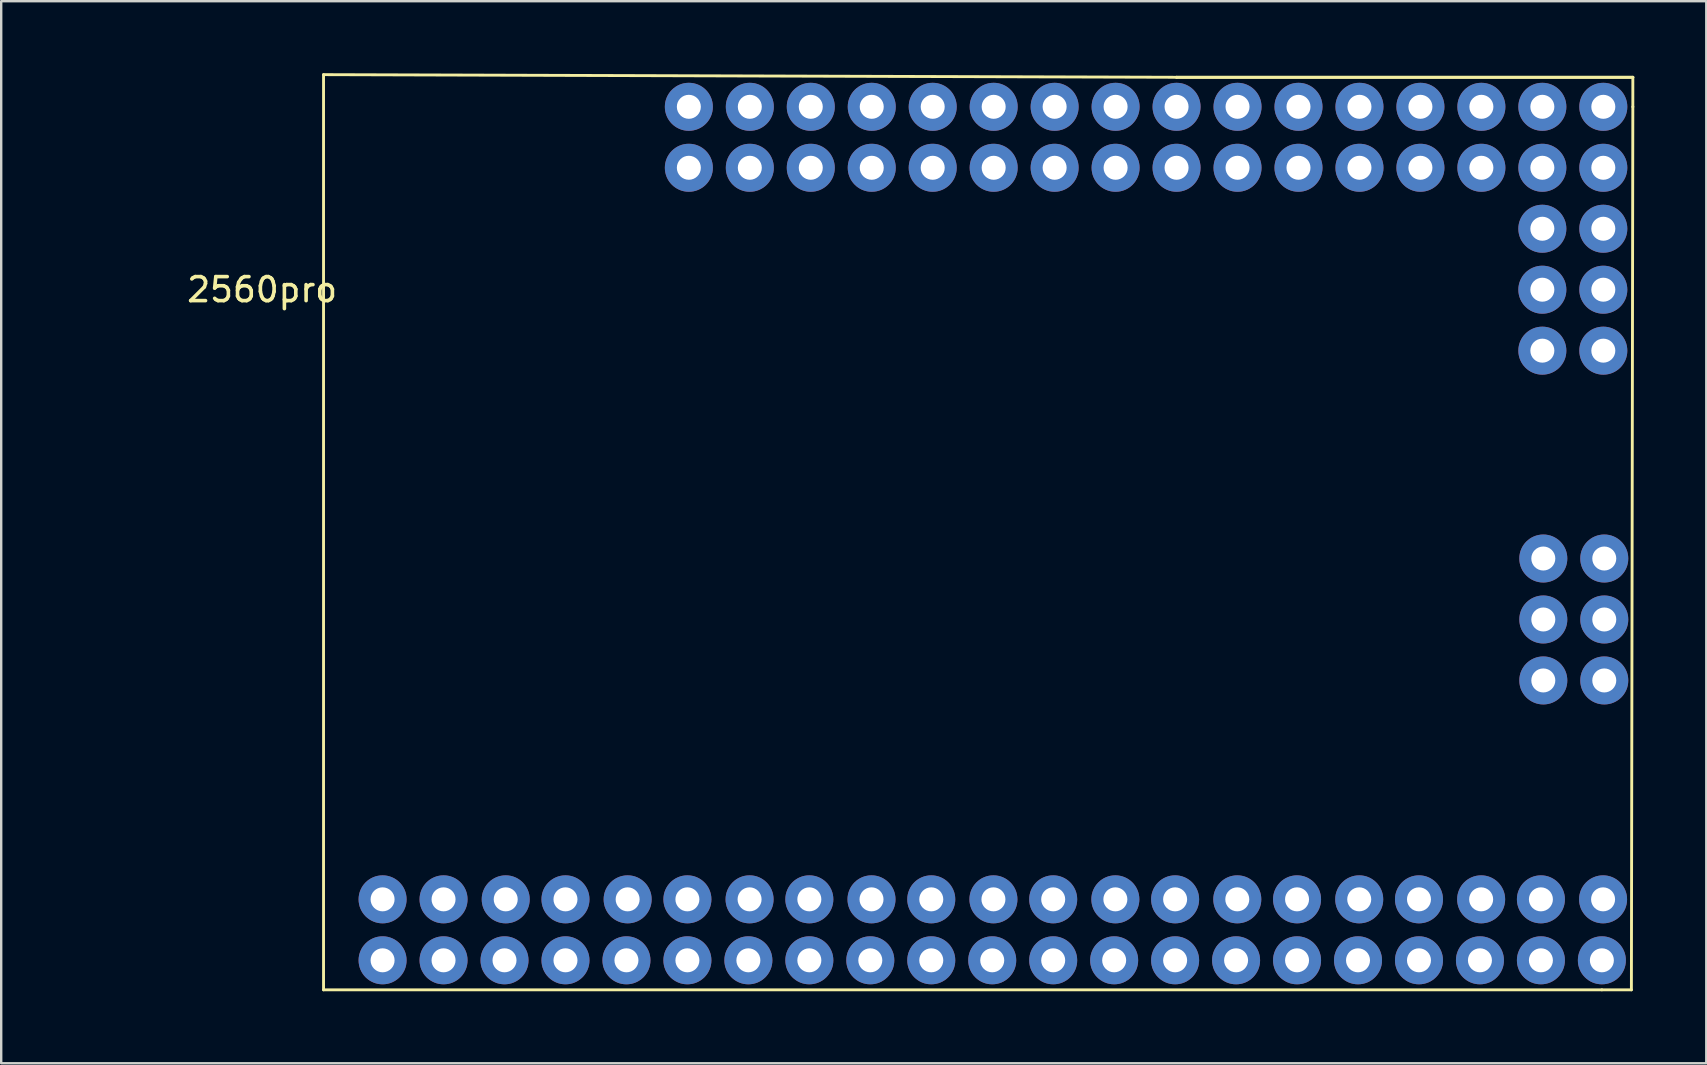
<source format=kicad_pcb>
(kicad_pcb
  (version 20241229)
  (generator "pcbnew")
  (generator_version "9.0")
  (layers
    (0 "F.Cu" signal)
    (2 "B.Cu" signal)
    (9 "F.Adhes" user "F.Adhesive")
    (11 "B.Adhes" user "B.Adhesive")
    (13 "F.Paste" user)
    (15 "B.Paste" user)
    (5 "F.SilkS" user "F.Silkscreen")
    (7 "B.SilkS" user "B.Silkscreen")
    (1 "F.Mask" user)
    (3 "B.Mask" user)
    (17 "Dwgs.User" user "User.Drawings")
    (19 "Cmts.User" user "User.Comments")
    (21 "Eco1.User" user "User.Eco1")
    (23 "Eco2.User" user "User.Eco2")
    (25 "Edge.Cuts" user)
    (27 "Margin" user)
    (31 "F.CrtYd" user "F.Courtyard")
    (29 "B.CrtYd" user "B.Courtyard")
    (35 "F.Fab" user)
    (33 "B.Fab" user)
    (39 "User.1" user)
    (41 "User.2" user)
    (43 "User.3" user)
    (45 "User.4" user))
  (footprint "2560pro"
    (layer "F.Cu")
    (at 0.25 34.42)
    (property "Reference" "2560pro" (at 7.62 -25.4 0) (unlocked yes) (layer "F.SilkS") (effects (font (size 1 1) (thickness 0.15))))
    (attr through_hole)
    (fp_line (start 10.18 3.77) (end 10.18 -34.36) (stroke (width 0.12) (type solid)) (layer "F.SilkS"))
    (fp_line (start 45.72 -34.25) (end 10.18 -34.36) (stroke (width 0.12) (type solid)) (layer "F.SilkS"))
    (fp_line (start 45.72 -34.25) (end 64.73 -34.25) (stroke (width 0.12) (type solid)) (layer "F.SilkS"))
    (fp_line (start 63.44 3.77) (end 10.18 3.77) (stroke (width 0.12) (type solid)) (layer "F.SilkS"))
    (fp_line (start 63.44 3.77) (end 64.67 3.77) (stroke (width 0.12) (type solid)) (layer "F.SilkS"))
    (fp_line (start 64.73 -34.25) (end 45.72 -34.25) (stroke (width 0.12) (type solid)) (layer "F.SilkS"))
    (fp_line (start 64.73 -33.02) (end 64.67 3.77) (stroke (width 0.12) (type solid)) (layer "F.SilkS"))
    (fp_line (start 64.73 -33.02) (end 64.73 -34.25) (stroke (width 0.12) (type solid)) (layer "F.SilkS"))
    (pad "3.3V" thru_hole circle (at 20.26 0) (size 2 2) (drill 1) (layers "*.Cu" "*.Mask"))
    (pad "3.3V" thru_hole circle (at 20.26 2.54) (size 2 2) (drill 1) (layers "*.Cu" "*.Mask"))
    (pad "5V" thru_hole circle (at 17.72 2.54) (size 2 2) (drill 1) (layers "*.Cu" "*.Mask"))
    (pad "5V" thru_hole circle (at 17.77 0) (size 2 2) (drill 1) (layers "*.Cu" "*.Mask"))
    (pad "5V" thru_hole circle (at 63.54 -14.2) (size 2 2) (drill 1) (layers "*.Cu" "*.Mask"))
    (pad "A0" thru_hole circle (at 25.4 -33.02) (size 2 2) (drill 1) (layers "*.Cu" "*.Mask"))
    (pad "A1" thru_hole circle (at 25.4 -30.48) (size 2 2) (drill 1) (layers "*.Cu" "*.Mask"))
    (pad "A2" thru_hole circle (at 27.94 -33.02) (size 2 2) (drill 1) (layers "*.Cu" "*.Mask"))
    (pad "A3" thru_hole circle (at 27.94 -30.48) (size 2 2) (drill 1) (layers "*.Cu" "*.Mask"))
    (pad "A4" thru_hole circle (at 30.48 -33.02) (size 2 2) (drill 1) (layers "*.Cu" "*.Mask"))
    (pad "A5" thru_hole circle (at 30.48 -30.48) (size 2 2) (drill 1) (layers "*.Cu" "*.Mask"))
    (pad "A6" thru_hole circle (at 33.02 -33.02) (size 2 2) (drill 1) (layers "*.Cu" "*.Mask"))
    (pad "A7" thru_hole circle (at 33.02 -30.48) (size 2 2) (drill 1) (layers "*.Cu" "*.Mask"))
    (pad "A8" thru_hole circle (at 35.56 -33.02) (size 2 2) (drill 1) (layers "*.Cu" "*.Mask"))
    (pad "A9" thru_hole circle (at 35.56 -30.48) (size 2 2) (drill 1) (layers "*.Cu" "*.Mask"))
    (pad "A10" thru_hole circle (at 38.1 -33.02) (size 2 2) (drill 1) (layers "*.Cu" "*.Mask"))
    (pad "A11" thru_hole circle (at 38.1 -30.48) (size 2 2) (drill 1) (layers "*.Cu" "*.Mask"))
    (pad "A12" thru_hole circle (at 40.64 -33.02) (size 2 2) (drill 1) (layers "*.Cu" "*.Mask"))
    (pad "A13" thru_hole circle (at 40.64 -30.48) (size 2 2) (drill 1) (layers "*.Cu" "*.Mask"))
    (pad "A14" thru_hole circle (at 43.18 -33.02) (size 2 2) (drill 1) (layers "*.Cu" "*.Mask"))
    (pad "A15" thru_hole circle (at 43.18 -30.48) (size 2 2) (drill 1) (layers "*.Cu" "*.Mask"))
    (pad "ARef" thru_hole circle (at 22.85 0) (size 2 2) (drill 1) (layers "*.Cu" "*.Mask"))
    (pad "D2" thru_hole circle (at 27.93 0) (size 2 2) (drill 1) (layers "*.Cu" "*.Mask"))
    (pad "D3" thru_hole circle (at 27.88 2.54) (size 2 2) (drill 1) (layers "*.Cu" "*.Mask"))
    (pad "D4" thru_hole circle (at 30.42 0) (size 2 2) (drill 1) (layers "*.Cu" "*.Mask"))
    (pad "D5" thru_hole circle (at 30.42 2.54) (size 2 2) (drill 1) (layers "*.Cu" "*.Mask"))
    (pad "D6" thru_hole circle (at 33.01 0) (size 2 2) (drill 1) (layers "*.Cu" "*.Mask"))
    (pad "D7" thru_hole circle (at 32.96 2.54) (size 2 2) (drill 1) (layers "*.Cu" "*.Mask"))
    (pad "D8" thru_hole circle (at 35.5 0) (size 2 2) (drill 1) (layers "*.Cu" "*.Mask"))
    (pad "D9" thru_hole circle (at 35.5 2.54) (size 2 2) (drill 1) (layers "*.Cu" "*.Mask"))
    (pad "D10" thru_hole circle (at 38.09 0) (size 2 2) (drill 1) (layers "*.Cu" "*.Mask"))
    (pad "D11" thru_hole circle (at 38.04 2.54) (size 2 2) (drill 1) (layers "*.Cu" "*.Mask"))
    (pad "D12" thru_hole circle (at 40.58 0) (size 2 2) (drill 1) (layers "*.Cu" "*.Mask"))
    (pad "D13" thru_hole circle (at 40.58 2.54) (size 2 2) (drill 1) (layers "*.Cu" "*.Mask"))
    (pad "D14" thru_hole circle (at 43.17 0) (size 2 2) (drill 1) (layers "*.Cu" "*.Mask"))
    (pad "D15" thru_hole circle (at 43.12 2.54) (size 2 2) (drill 1) (layers "*.Cu" "*.Mask"))
    (pad "D16" thru_hole circle (at 45.66 0) (size 2 2) (drill 1) (layers "*.Cu" "*.Mask"))
    (pad "D17" thru_hole circle (at 45.66 2.54) (size 2 2) (drill 1) (layers "*.Cu" "*.Mask"))
    (pad "D18" thru_hole circle (at 48.25 0) (size 2 2) (drill 1) (layers "*.Cu" "*.Mask"))
    (pad "D19" thru_hole circle (at 48.2 2.54) (size 2 2) (drill 1) (layers "*.Cu" "*.Mask"))
    (pad "D20" thru_hole circle (at 50.74 0) (size 2 2) (drill 1) (layers "*.Cu" "*.Mask"))
    (pad "D21" thru_hole circle (at 50.74 2.54) (size 2 2) (drill 1) (layers "*.Cu" "*.Mask"))
    (pad "D22" thru_hole circle (at 53.33 0) (size 2 2) (drill 1) (layers "*.Cu" "*.Mask"))
    (pad "D23" thru_hole circle (at 53.28 2.54) (size 2 2) (drill 1) (layers "*.Cu" "*.Mask"))
    (pad "D24" thru_hole circle (at 55.82 0) (size 2 2) (drill 1) (layers "*.Cu" "*.Mask"))
    (pad "D25" thru_hole circle (at 55.82 2.54) (size 2 2) (drill 1) (layers "*.Cu" "*.Mask"))
    (pad "D26" thru_hole circle (at 58.41 0) (size 2 2) (drill 1) (layers "*.Cu" "*.Mask"))
    (pad "D27" thru_hole circle (at 58.36 2.54) (size 2 2) (drill 1) (layers "*.Cu" "*.Mask"))
    (pad "D28" thru_hole circle (at 60.9 0) (size 2 2) (drill 1) (layers "*.Cu" "*.Mask"))
    (pad "D29" thru_hole circle (at 60.9 2.54) (size 2 2) (drill 1) (layers "*.Cu" "*.Mask"))
    (pad "D30" thru_hole circle (at 63.49 0) (size 2 2) (drill 1) (layers "*.Cu" "*.Mask"))
    (pad "D31" thru_hole circle (at 63.44 2.54) (size 2 2) (drill 1) (layers "*.Cu" "*.Mask"))
    (pad "D32" thru_hole circle (at 45.72 -33.02) (size 2 2) (drill 1) (layers "*.Cu" "*.Mask"))
    (pad "D33" thru_hole circle (at 45.72 -30.48) (size 2 2) (drill 1) (layers "*.Cu" "*.Mask"))
    (pad "D34" thru_hole circle (at 48.26 -33.02) (size 2 2) (drill 1) (layers "*.Cu" "*.Mask"))
    (pad "D35" thru_hole circle (at 48.26 -30.48) (size 2 2) (drill 1) (layers "*.Cu" "*.Mask"))
    (pad "D36" thru_hole circle (at 50.8 -33.02) (size 2 2) (drill 1) (layers "*.Cu" "*.Mask"))
    (pad "D37" thru_hole circle (at 50.8 -30.48) (size 2 2) (drill 1) (layers "*.Cu" "*.Mask"))
    (pad "D38" thru_hole circle (at 53.34 -33.02) (size 2 2) (drill 1) (layers "*.Cu" "*.Mask"))
    (pad "D39" thru_hole circle (at 53.34 -30.48) (size 2 2) (drill 1) (layers "*.Cu" "*.Mask"))
    (pad "D40" thru_hole circle (at 55.88 -33.02) (size 2 2) (drill 1) (layers "*.Cu" "*.Mask"))
    (pad "D41" thru_hole circle (at 55.88 -30.48) (size 2 2) (drill 1) (layers "*.Cu" "*.Mask"))
    (pad "D42" thru_hole circle (at 58.42 -33.02) (size 2 2) (drill 1) (layers "*.Cu" "*.Mask"))
    (pad "D43" thru_hole circle (at 58.42 -30.48) (size 2 2) (drill 1) (layers "*.Cu" "*.Mask"))
    (pad "D44" thru_hole circle (at 60.96 -33.02) (size 2 2) (drill 1) (layers "*.Cu" "*.Mask"))
    (pad "D45" thru_hole circle (at 60.96 -30.48) (size 2 2) (drill 1) (layers "*.Cu" "*.Mask"))
    (pad "D46" thru_hole circle (at 63.5 -33.02) (size 2 2) (drill 1) (layers "*.Cu" "*.Mask"))
    (pad "D47" thru_hole circle (at 63.5 -30.48) (size 2 2) (drill 1) (layers "*.Cu" "*.Mask"))
    (pad "D48" thru_hole circle (at 63.5 -27.94 90) (size 2 2) (drill 1) (layers "*.Cu" "*.Mask"))
    (pad "D49" thru_hole circle (at 60.96 -27.94 90) (size 2 2) (drill 1) (layers "*.Cu" "*.Mask"))
    (pad "D50" thru_hole circle (at 63.5 -25.4 90) (size 2 2) (drill 1) (layers "*.Cu" "*.Mask"))
    (pad "D51" thru_hole circle (at 60.96 -25.4 90) (size 2 2) (drill 1) (layers "*.Cu" "*.Mask"))
    (pad "D52" thru_hole circle (at 63.5 -22.86 90) (size 2 2) (drill 1) (layers "*.Cu" "*.Mask"))
    (pad "D53" thru_hole circle (at 60.96 -22.86 90) (size 2 2) (drill 1) (layers "*.Cu" "*.Mask"))
    (pad "GND" thru_hole circle (at 15.18 0) (size 2 2) (drill 1) (layers "*.Cu" "*.Mask"))
    (pad "GND" thru_hole circle (at 15.18 2.54) (size 2 2) (drill 1) (layers "*.Cu" "*.Mask"))
    (pad "GND" thru_hole circle (at 63.54 -9.12) (size 2 2) (drill 1) (layers "*.Cu" "*.Mask"))
    (pad "MISO" thru_hole circle (at 61 -14.2) (size 2 2) (drill 1) (layers "*.Cu" "*.Mask"))
    (pad "MOSI" thru_hole circle (at 63.54 -11.66) (size 2 2) (drill 1) (layers "*.Cu" "*.Mask"))
    (pad "RST" thru_hole circle (at 22.8 2.54) (size 2 2) (drill 1) (layers "*.Cu" "*.Mask"))
    (pad "RST" thru_hole circle (at 61 -9.12) (size 2 2) (drill 1) (layers "*.Cu" "*.Mask"))
    (pad "RX" thru_hole circle (at 25.34 0) (size 2 2) (drill 1) (layers "*.Cu" "*.Mask"))
    (pad "SCK" thru_hole circle (at 61 -11.66) (size 2 2) (drill 1) (layers "*.Cu" "*.Mask"))
    (pad "TX" thru_hole circle (at 25.34 2.54) (size 2 2) (drill 1) (layers "*.Cu" "*.Mask"))
    (pad "VIN" thru_hole circle (at 12.64 0) (size 2 2) (drill 1) (layers "*.Cu" "*.Mask"))
    (pad "VIN" thru_hole circle (at 12.64 2.54) (size 2 2) (drill 1) (layers "*.Cu" "*.Mask")))
  (gr_rect
    (start -3 -3)
    (end 68.04 41.25)
    (stroke (width 0.1) (type default))
    (fill no)
    (layer "Edge.Cuts")))
</source>
